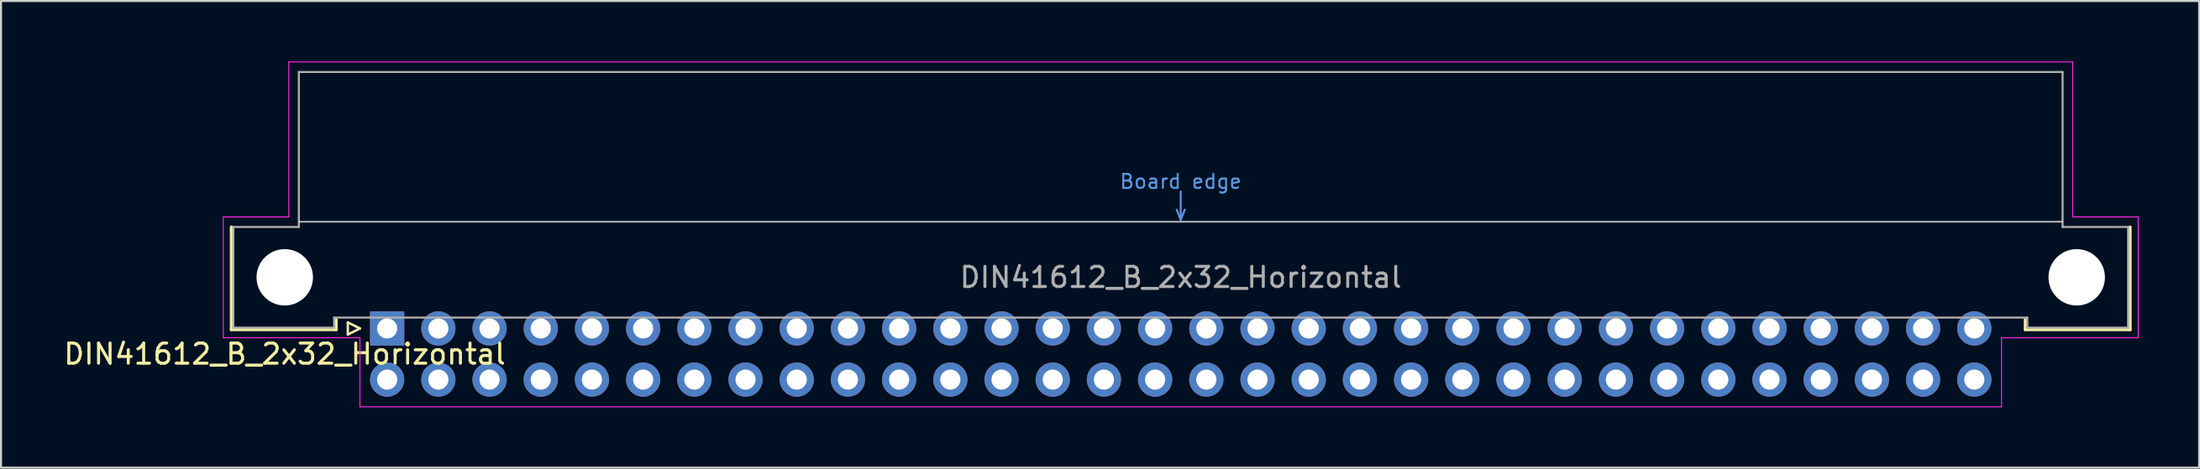
<source format=kicad_pcb>
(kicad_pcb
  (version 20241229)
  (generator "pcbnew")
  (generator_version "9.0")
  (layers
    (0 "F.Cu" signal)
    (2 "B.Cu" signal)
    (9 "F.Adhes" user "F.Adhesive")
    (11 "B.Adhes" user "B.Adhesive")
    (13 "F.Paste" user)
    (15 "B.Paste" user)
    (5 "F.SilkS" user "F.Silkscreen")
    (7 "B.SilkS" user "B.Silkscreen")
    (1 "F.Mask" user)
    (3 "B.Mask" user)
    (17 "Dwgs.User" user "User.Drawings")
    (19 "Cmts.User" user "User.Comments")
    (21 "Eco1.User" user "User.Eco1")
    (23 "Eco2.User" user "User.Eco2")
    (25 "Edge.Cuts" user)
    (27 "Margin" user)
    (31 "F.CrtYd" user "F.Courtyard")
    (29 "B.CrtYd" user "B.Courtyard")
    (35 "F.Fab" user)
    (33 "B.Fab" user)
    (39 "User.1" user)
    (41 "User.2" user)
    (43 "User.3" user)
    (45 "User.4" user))
  (footprint "DIN41612_B_2x32_Horizontal"
    (layer "F.Cu")
    (at 16.157 13.265)
    (property "Reference" "DIN41612_B_2x32_Horizontal" (at -5.08 1.27 0) (layer "F.SilkS") (effects (font (size 1 1) (thickness 0.15))))
    (attr through_hole)
    (fp_line (start -7.73 0.06) (end -7.73 -5.04) (stroke (width 0.15) (type solid)) (layer "F.SilkS"))
    (fp_line (start -2.53 -0.44) (end -2.53 0.06) (stroke (width 0.15) (type solid)) (layer "F.SilkS"))
    (fp_line (start -2.53 0.06) (end -7.73 0.06) (stroke (width 0.15) (type solid)) (layer "F.SilkS"))
    (fp_line (start -1.95 -0.3) (end -1.95 0.3) (stroke (width 0.12) (type solid)) (layer "F.SilkS"))
    (fp_line (start -1.95 0.3) (end -1.35 0) (stroke (width 0.12) (type solid)) (layer "F.SilkS"))
    (fp_line (start -1.35 0) (end -1.95 -0.3) (stroke (width 0.12) (type solid)) (layer "F.SilkS"))
    (fp_line (start 81.27 -0.44) (end 81.27 0.06) (stroke (width 0.15) (type solid)) (layer "F.SilkS"))
    (fp_line (start 81.27 0.06) (end 86.47 0.06) (stroke (width 0.15) (type solid)) (layer "F.SilkS"))
    (fp_line (start 86.47 0.06) (end 86.47 -5.04) (stroke (width 0.15) (type solid)) (layer "F.SilkS"))
    (fp_line (start -4.38 -5.3) (end 83.12 -5.3) (stroke (width 0.08) (type solid)) (layer "Dwgs.User"))
    (fp_line (start 39.17 -5.9) (end 39.37 -5.4) (stroke (width 0.1) (type solid)) (layer "Cmts.User"))
    (fp_line (start 39.37 -6.8) (end 39.37 -5.4) (stroke (width 0.1) (type solid)) (layer "Cmts.User"))
    (fp_line (start 39.37 -5.4) (end 39.57 -5.9) (stroke (width 0.1) (type solid)) (layer "Cmts.User"))
    (fp_line (start -8.13 -5.54) (end -4.88 -5.54) (stroke (width 0.05) (type solid)) (layer "F.CrtYd"))
    (fp_line (start -8.13 0.46) (end -8.13 -5.54) (stroke (width 0.05) (type solid)) (layer "F.CrtYd"))
    (fp_line (start -4.88 -13.24) (end 83.62 -13.24) (stroke (width 0.05) (type solid)) (layer "F.CrtYd"))
    (fp_line (start -4.88 -5.54) (end -4.88 -13.24) (stroke (width 0.05) (type solid)) (layer "F.CrtYd"))
    (fp_line (start -1.35 0.46) (end -8.13 0.46) (stroke (width 0.05) (type solid)) (layer "F.CrtYd"))
    (fp_line (start -1.35 3.89) (end -1.35 0.46) (stroke (width 0.05) (type solid)) (layer "F.CrtYd"))
    (fp_line (start 80.09 0.46) (end 80.09 3.89) (stroke (width 0.05) (type solid)) (layer "F.CrtYd"))
    (fp_line (start 80.09 3.89) (end -1.35 3.89) (stroke (width 0.05) (type solid)) (layer "F.CrtYd"))
    (fp_line (start 80.87 0.46) (end 80.09 0.46) (stroke (width 0.05) (type solid)) (layer "F.CrtYd"))
    (fp_line (start 83.62 -13.24) (end 83.62 -5.54) (stroke (width 0.05) (type solid)) (layer "F.CrtYd"))
    (fp_line (start 83.62 -5.54) (end 86.87 -5.54) (stroke (width 0.05) (type solid)) (layer "F.CrtYd"))
    (fp_line (start 86.87 -5.54) (end 86.87 0.46) (stroke (width 0.05) (type solid)) (layer "F.CrtYd"))
    (fp_line (start 86.87 0.46) (end 80.87 0.46) (stroke (width 0.05) (type solid)) (layer "F.CrtYd"))
    (fp_line (start -7.63 -5.04) (end -4.38 -5.04) (stroke (width 0.1) (type solid)) (layer "F.Fab"))
    (fp_line (start -7.63 -0.04) (end -7.63 -5.04) (stroke (width 0.1) (type solid)) (layer "F.Fab"))
    (fp_line (start -4.38 -12.74) (end 83.12 -12.74) (stroke (width 0.1) (type solid)) (layer "F.Fab"))
    (fp_line (start -4.38 -5.04) (end -4.38 -12.74) (stroke (width 0.1) (type solid)) (layer "F.Fab"))
    (fp_line (start -2.63 -0.54) (end -2.63 -0.04) (stroke (width 0.1) (type solid)) (layer "F.Fab"))
    (fp_line (start -2.63 -0.04) (end -7.63 -0.04) (stroke (width 0.1) (type solid)) (layer "F.Fab"))
    (fp_line (start 81.37 -0.54) (end -2.63 -0.54) (stroke (width 0.1) (type solid)) (layer "F.Fab"))
    (fp_line (start 81.37 -0.04) (end 81.37 -0.54) (stroke (width 0.1) (type solid)) (layer "F.Fab"))
    (fp_line (start 83.12 -12.74) (end 83.12 -5.04) (stroke (width 0.1) (type solid)) (layer "F.Fab"))
    (fp_line (start 83.12 -5.04) (end 86.37 -5.04) (stroke (width 0.1) (type solid)) (layer "F.Fab"))
    (fp_line (start 86.37 -5.04) (end 86.37 -0.04) (stroke (width 0.1) (type solid)) (layer "F.Fab"))
    (fp_line (start 86.37 -0.04) (end 81.37 -0.04) (stroke (width 0.1) (type solid)) (layer "F.Fab"))
    (fp_text user "Board edge" (at 39.37 -7.3 0) (layer "Cmts.User") (effects (font (size 0.7 0.7) (thickness 0.1))))
    (fp_text user "${REFERENCE}" (at 39.37 -2.54 0) (layer "F.Fab") (effects (font (size 1 1) (thickness 0.15))))
    (pad "" np_thru_hole circle (at -5.08 -2.54) (size 2.8 2.8) (drill 2.8) (layers "*.Cu" "*.Mask"))
    (pad "" np_thru_hole circle (at 83.82 -2.54) (size 2.8 2.8) (drill 2.8) (layers "*.Cu" "*.Mask"))
    (pad "A1" thru_hole rect (at 0 0) (size 1.7 1.7) (drill 1) (layers "*.Cu" "*.Mask"))
    (pad "A2" thru_hole circle (at 2.54 0) (size 1.7 1.7) (drill 1) (layers "*.Cu" "*.Mask"))
    (pad "A3" thru_hole circle (at 5.08 0) (size 1.7 1.7) (drill 1) (layers "*.Cu" "*.Mask"))
    (pad "A4" thru_hole circle (at 7.62 0) (size 1.7 1.7) (drill 1) (layers "*.Cu" "*.Mask"))
    (pad "A5" thru_hole circle (at 10.16 0) (size 1.7 1.7) (drill 1) (layers "*.Cu" "*.Mask"))
    (pad "A6" thru_hole circle (at 12.7 0) (size 1.7 1.7) (drill 1) (layers "*.Cu" "*.Mask"))
    (pad "A7" thru_hole circle (at 15.24 0) (size 1.7 1.7) (drill 1) (layers "*.Cu" "*.Mask"))
    (pad "A8" thru_hole circle (at 17.78 0) (size 1.7 1.7) (drill 1) (layers "*.Cu" "*.Mask"))
    (pad "A9" thru_hole circle (at 20.32 0) (size 1.7 1.7) (drill 1) (layers "*.Cu" "*.Mask"))
    (pad "A10" thru_hole circle (at 22.86 0) (size 1.7 1.7) (drill 1) (layers "*.Cu" "*.Mask"))
    (pad "A11" thru_hole circle (at 25.4 0) (size 1.7 1.7) (drill 1) (layers "*.Cu" "*.Mask"))
    (pad "A12" thru_hole circle (at 27.94 0) (size 1.7 1.7) (drill 1) (layers "*.Cu" "*.Mask"))
    (pad "A13" thru_hole circle (at 30.48 0) (size 1.7 1.7) (drill 1) (layers "*.Cu" "*.Mask"))
    (pad "A14" thru_hole circle (at 33.02 0) (size 1.7 1.7) (drill 1) (layers "*.Cu" "*.Mask"))
    (pad "A15" thru_hole circle (at 35.56 0) (size 1.7 1.7) (drill 1) (layers "*.Cu" "*.Mask"))
    (pad "A16" thru_hole circle (at 38.1 0) (size 1.7 1.7) (drill 1) (layers "*.Cu" "*.Mask"))
    (pad "A17" thru_hole circle (at 40.64 0) (size 1.7 1.7) (drill 1) (layers "*.Cu" "*.Mask"))
    (pad "A18" thru_hole circle (at 43.18 0) (size 1.7 1.7) (drill 1) (layers "*.Cu" "*.Mask"))
    (pad "A19" thru_hole circle (at 45.72 0) (size 1.7 1.7) (drill 1) (layers "*.Cu" "*.Mask"))
    (pad "A20" thru_hole circle (at 48.26 0) (size 1.7 1.7) (drill 1) (layers "*.Cu" "*.Mask"))
    (pad "A21" thru_hole circle (at 50.8 0) (size 1.7 1.7) (drill 1) (layers "*.Cu" "*.Mask"))
    (pad "A22" thru_hole circle (at 53.34 0) (size 1.7 1.7) (drill 1) (layers "*.Cu" "*.Mask"))
    (pad "A23" thru_hole circle (at 55.88 0) (size 1.7 1.7) (drill 1) (layers "*.Cu" "*.Mask"))
    (pad "A24" thru_hole circle (at 58.42 0) (size 1.7 1.7) (drill 1) (layers "*.Cu" "*.Mask"))
    (pad "A25" thru_hole circle (at 60.96 0) (size 1.7 1.7) (drill 1) (layers "*.Cu" "*.Mask"))
    (pad "A26" thru_hole circle (at 63.5 0) (size 1.7 1.7) (drill 1) (layers "*.Cu" "*.Mask"))
    (pad "A27" thru_hole circle (at 66.04 0) (size 1.7 1.7) (drill 1) (layers "*.Cu" "*.Mask"))
    (pad "A28" thru_hole circle (at 68.58 0) (size 1.7 1.7) (drill 1) (layers "*.Cu" "*.Mask"))
    (pad "A29" thru_hole circle (at 71.12 0) (size 1.7 1.7) (drill 1) (layers "*.Cu" "*.Mask"))
    (pad "A30" thru_hole circle (at 73.66 0) (size 1.7 1.7) (drill 1) (layers "*.Cu" "*.Mask"))
    (pad "A31" thru_hole circle (at 76.2 0) (size 1.7 1.7) (drill 1) (layers "*.Cu" "*.Mask"))
    (pad "A32" thru_hole circle (at 78.74 0) (size 1.7 1.7) (drill 1) (layers "*.Cu" "*.Mask"))
    (pad "B1" thru_hole circle (at 0 2.54) (size 1.7 1.7) (drill 1) (layers "*.Cu" "*.Mask"))
    (pad "B2" thru_hole circle (at 2.54 2.54) (size 1.7 1.7) (drill 1) (layers "*.Cu" "*.Mask"))
    (pad "B3" thru_hole circle (at 5.08 2.54) (size 1.7 1.7) (drill 1) (layers "*.Cu" "*.Mask"))
    (pad "B4" thru_hole circle (at 7.62 2.54) (size 1.7 1.7) (drill 1) (layers "*.Cu" "*.Mask"))
    (pad "B5" thru_hole circle (at 10.16 2.54) (size 1.7 1.7) (drill 1) (layers "*.Cu" "*.Mask"))
    (pad "B6" thru_hole circle (at 12.7 2.54) (size 1.7 1.7) (drill 1) (layers "*.Cu" "*.Mask"))
    (pad "B7" thru_hole circle (at 15.24 2.54) (size 1.7 1.7) (drill 1) (layers "*.Cu" "*.Mask"))
    (pad "B8" thru_hole circle (at 17.78 2.54) (size 1.7 1.7) (drill 1) (layers "*.Cu" "*.Mask"))
    (pad "B9" thru_hole circle (at 20.32 2.54) (size 1.7 1.7) (drill 1) (layers "*.Cu" "*.Mask"))
    (pad "B10" thru_hole circle (at 22.86 2.54) (size 1.7 1.7) (drill 1) (layers "*.Cu" "*.Mask"))
    (pad "B11" thru_hole circle (at 25.4 2.54) (size 1.7 1.7) (drill 1) (layers "*.Cu" "*.Mask"))
    (pad "B12" thru_hole circle (at 27.94 2.54) (size 1.7 1.7) (drill 1) (layers "*.Cu" "*.Mask"))
    (pad "B13" thru_hole circle (at 30.48 2.54) (size 1.7 1.7) (drill 1) (layers "*.Cu" "*.Mask"))
    (pad "B14" thru_hole circle (at 33.02 2.54) (size 1.7 1.7) (drill 1) (layers "*.Cu" "*.Mask"))
    (pad "B15" thru_hole circle (at 35.56 2.54) (size 1.7 1.7) (drill 1) (layers "*.Cu" "*.Mask"))
    (pad "B16" thru_hole circle (at 38.1 2.54) (size 1.7 1.7) (drill 1) (layers "*.Cu" "*.Mask"))
    (pad "B17" thru_hole circle (at 40.64 2.54) (size 1.7 1.7) (drill 1) (layers "*.Cu" "*.Mask"))
    (pad "B18" thru_hole circle (at 43.18 2.54) (size 1.7 1.7) (drill 1) (layers "*.Cu" "*.Mask"))
    (pad "B19" thru_hole circle (at 45.72 2.54) (size 1.7 1.7) (drill 1) (layers "*.Cu" "*.Mask"))
    (pad "B20" thru_hole circle (at 48.26 2.54) (size 1.7 1.7) (drill 1) (layers "*.Cu" "*.Mask"))
    (pad "B21" thru_hole circle (at 50.8 2.54) (size 1.7 1.7) (drill 1) (layers "*.Cu" "*.Mask"))
    (pad "B22" thru_hole circle (at 53.34 2.54) (size 1.7 1.7) (drill 1) (layers "*.Cu" "*.Mask"))
    (pad "B23" thru_hole circle (at 55.88 2.54) (size 1.7 1.7) (drill 1) (layers "*.Cu" "*.Mask"))
    (pad "B24" thru_hole circle (at 58.42 2.54) (size 1.7 1.7) (drill 1) (layers "*.Cu" "*.Mask"))
    (pad "B25" thru_hole circle (at 60.96 2.54) (size 1.7 1.7) (drill 1) (layers "*.Cu" "*.Mask"))
    (pad "B26" thru_hole circle (at 63.5 2.54) (size 1.7 1.7) (drill 1) (layers "*.Cu" "*.Mask"))
    (pad "B27" thru_hole circle (at 66.04 2.54) (size 1.7 1.7) (drill 1) (layers "*.Cu" "*.Mask"))
    (pad "B28" thru_hole circle (at 68.58 2.54) (size 1.7 1.7) (drill 1) (layers "*.Cu" "*.Mask"))
    (pad "B29" thru_hole circle (at 71.12 2.54) (size 1.7 1.7) (drill 1) (layers "*.Cu" "*.Mask"))
    (pad "B30" thru_hole circle (at 73.66 2.54) (size 1.7 1.7) (drill 1) (layers "*.Cu" "*.Mask"))
    (pad "B31" thru_hole circle (at 76.2 2.54) (size 1.7 1.7) (drill 1) (layers "*.Cu" "*.Mask"))
    (pad "B32" thru_hole circle (at 78.74 2.54) (size 1.7 1.7) (drill 1) (layers "*.Cu" "*.Mask")))
  (gr_rect
    (start -3 -3)
    (end 106.052 20.18)
    (stroke (width 0.1) (type default))
    (fill no)
    (layer "Edge.Cuts")))
</source>
